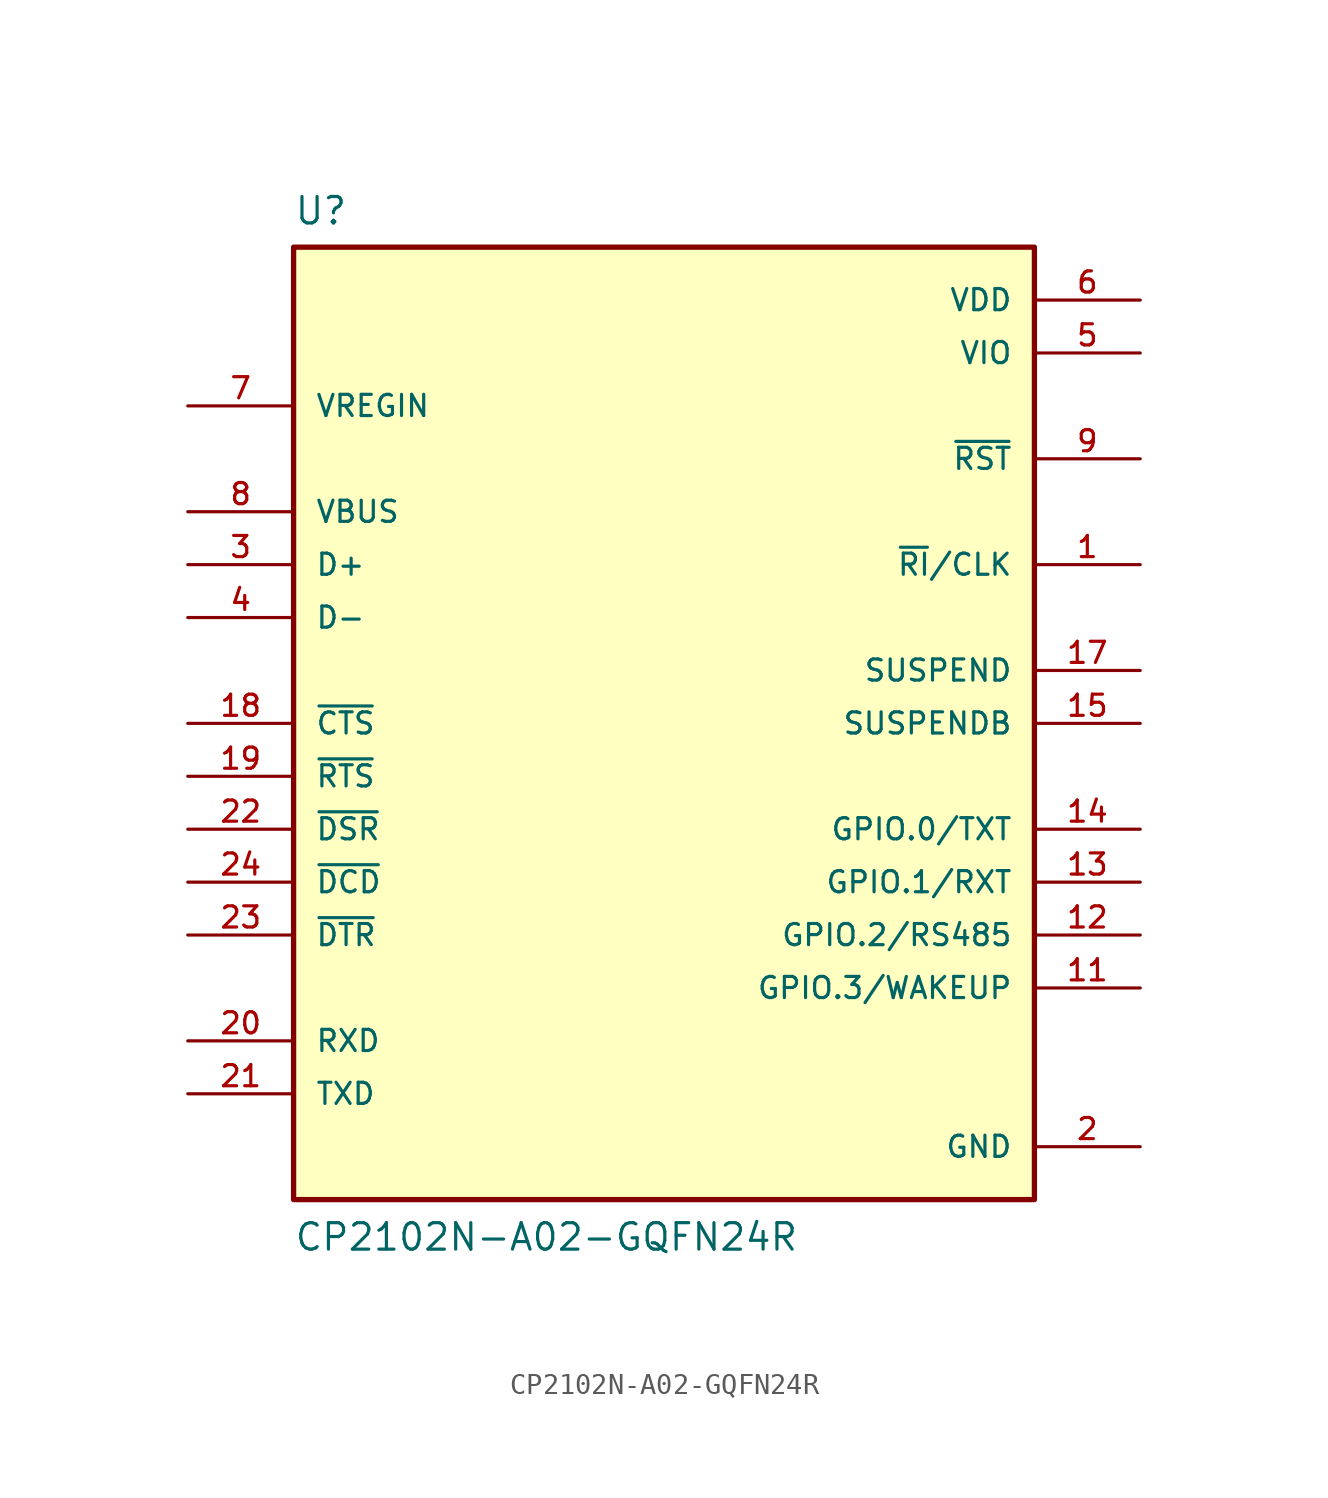
<source format=kicad_sym>
(kicad_symbol_lib
  (version 20211014)
  (generator kicad_symbol_editor)
  (symbol "CP2102N-A02-GQFN24R"
    (pin_names
      (offset 1.016))
    (property "Reference" "U"
      (at -17.78 23.86 0.0)
      (effects (font (size 1.27 1.27)) (justify bottom left)))
    (property "Value" "CP2102N-A02-GQFN24R"
      (at -17.78 -25.4 0.0)
      (effects (font (size 1.27 1.27)) (justify bottom left)))
    (symbol "CP2102N-A02-GQFN24R_0_0"
      (rectangle (start -17.78 -22.86) (end 17.78 22.86) (stroke (width 0.254)) (fill (type background)))
      (pin input line (at -22.86 0.0 0) (length 5.08) (name "~{CTS}" (effects (font (size 1.016 1.016)))) (number "18" (effects (font (size 1.016 1.016)))))
      (pin input line (at -22.86 -7.62 0) (length 5.08) (name "~{DCD}" (effects (font (size 1.016 1.016)))) (number "24" (effects (font (size 1.016 1.016)))))
      (pin input line (at -22.86 -5.08 0) (length 5.08) (name "~{DSR}" (effects (font (size 1.016 1.016)))) (number "22" (effects (font (size 1.016 1.016)))))
      (pin input line (at -22.86 -15.24 0) (length 5.08) (name "RXD" (effects (font (size 1.016 1.016)))) (number "20" (effects (font (size 1.016 1.016)))))
      (pin input line (at -22.86 10.16 0) (length 5.08) (name "VBUS" (effects (font (size 1.016 1.016)))) (number "8" (effects (font (size 1.016 1.016)))))
      (pin input line (at -22.86 15.24 0) (length 5.08) (name "VREGIN" (effects (font (size 1.016 1.016)))) (number "7" (effects (font (size 1.016 1.016)))))
      (pin bidirectional line (at -22.86 7.62 0) (length 5.08) (name "D+" (effects (font (size 1.016 1.016)))) (number "3" (effects (font (size 1.016 1.016)))))
      (pin bidirectional line (at -22.86 5.08 0) (length 5.08) (name "D-" (effects (font (size 1.016 1.016)))) (number "4" (effects (font (size 1.016 1.016)))))
      (pin bidirectional line (at 22.86 -5.08 180.0) (length 5.08) (name "GPIO.0/TXT" (effects (font (size 1.016 1.016)))) (number "14" (effects (font (size 1.016 1.016)))))
      (pin bidirectional line (at 22.86 -7.62 180.0) (length 5.08) (name "GPIO.1/RXT" (effects (font (size 1.016 1.016)))) (number "13" (effects (font (size 1.016 1.016)))))
      (pin bidirectional line (at 22.86 7.62 180.0) (length 5.08) (name "~{RI}/CLK" (effects (font (size 1.016 1.016)))) (number "1" (effects (font (size 1.016 1.016)))))
      (pin bidirectional line (at 22.86 12.7 180.0) (length 5.08) (name "~{RST}" (effects (font (size 1.016 1.016)))) (number "9" (effects (font (size 1.016 1.016)))))
      (pin power_in line (at 22.86 17.78 180.0) (length 5.08) (name "VIO" (effects (font (size 1.016 1.016)))) (number "5" (effects (font (size 1.016 1.016)))))
      (pin power_in line (at 22.86 20.32 180.0) (length 5.08) (name "VDD" (effects (font (size 1.016 1.016)))) (number "6" (effects (font (size 1.016 1.016)))))
      (pin output line (at -22.86 -10.16 0) (length 5.08) (name "~{DTR}" (effects (font (size 1.016 1.016)))) (number "23" (effects (font (size 1.016 1.016)))))
      (pin output line (at -22.86 -2.54 0) (length 5.08) (name "~{RTS}" (effects (font (size 1.016 1.016)))) (number "19" (effects (font (size 1.016 1.016)))))
      (pin output line (at 22.86 2.54 180.0) (length 5.08) (name "SUSPEND" (effects (font (size 1.016 1.016)))) (number "17" (effects (font (size 1.016 1.016)))))
      (pin output line (at 22.86 0.0 180.0) (length 5.08) (name "SUSPENDB" (effects (font (size 1.016 1.016)))) (number "15" (effects (font (size 1.016 1.016)))))
      (pin output line (at -22.86 -17.78 0) (length 5.08) (name "TXD" (effects (font (size 1.016 1.016)))) (number "21" (effects (font (size 1.016 1.016)))))
      (pin bidirectional line (at 22.86 -10.16 180.0) (length 5.08) (name "GPIO.2/RS485" (effects (font (size 1.016 1.016)))) (number "12" (effects (font (size 1.016 1.016)))))
      (pin bidirectional line (at 22.86 -12.7 180.0) (length 5.08) (name "GPIO.3/WAKEUP" (effects (font (size 1.016 1.016)))) (number "11" (effects (font (size 1.016 1.016)))))
      (pin power_in line (at 22.86 -20.32 180.0) (length 5.08) (name "GND" (effects (font (size 1.016 1.016)))) (number "2" (effects (font (size 1.016 1.016)))))
      (pin power_in line (at 22.86 -20.32 180.0) (length 5.08) hide (name "GND" (effects (font (size 1.016 1.016)))) (number "25" (effects (font (size 1.016 1.016))))))))
</source>
